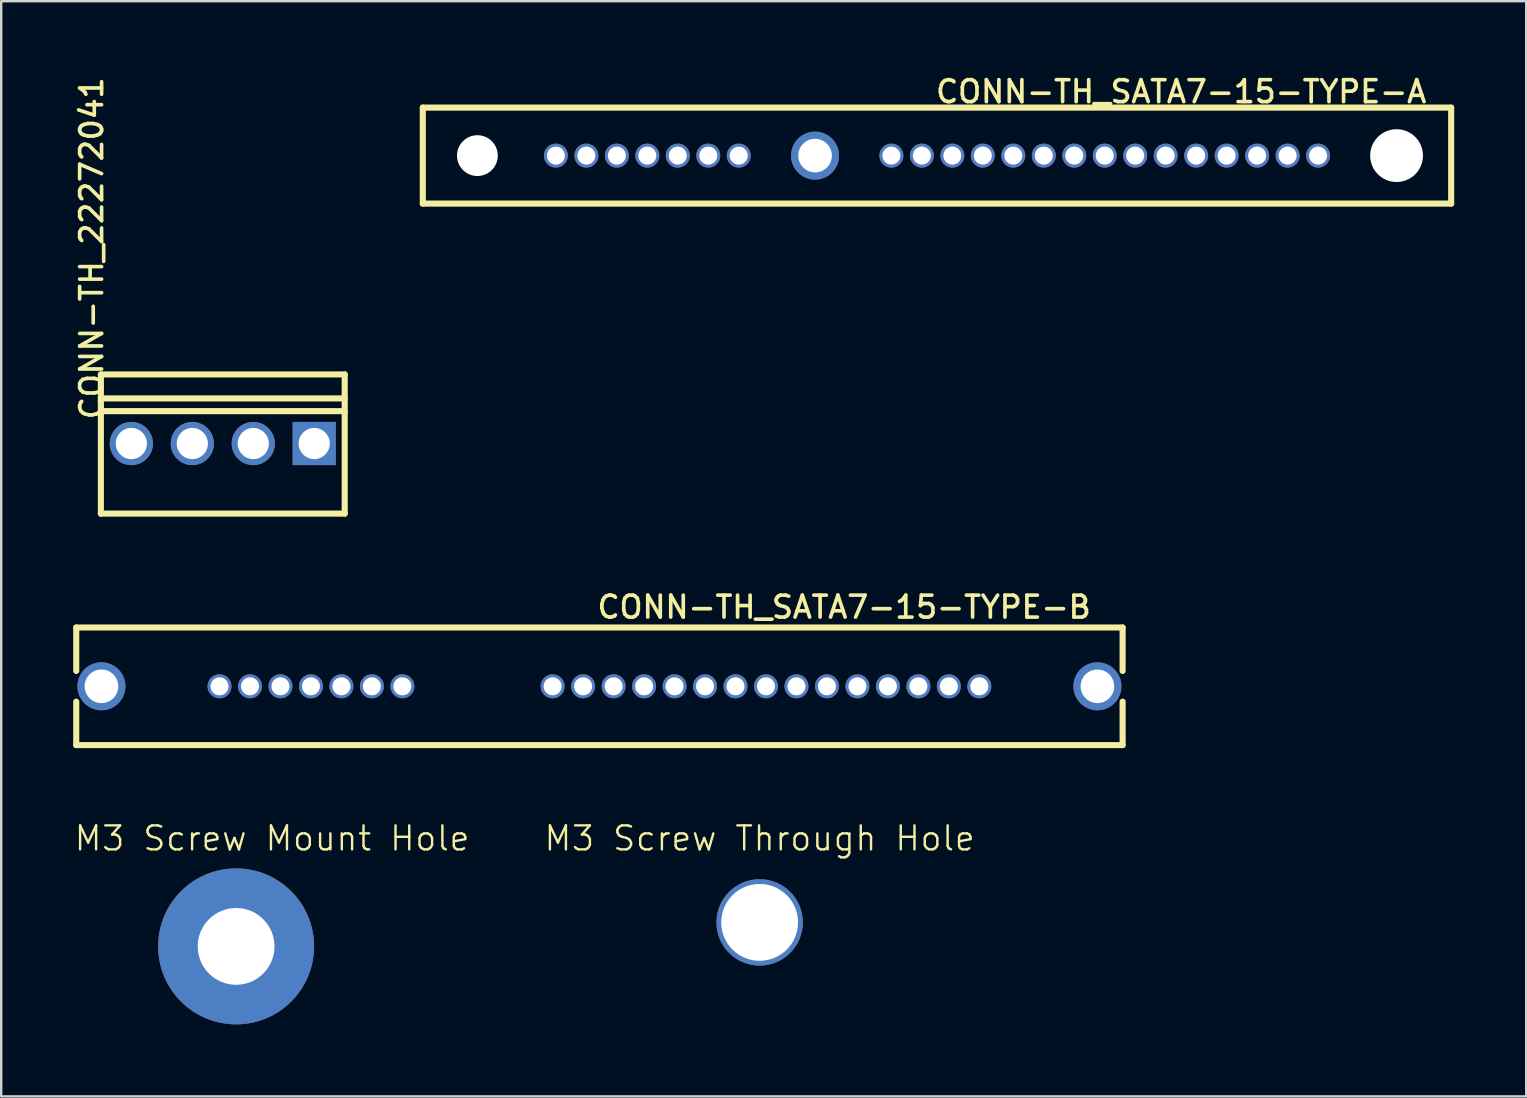
<source format=kicad_pcb>
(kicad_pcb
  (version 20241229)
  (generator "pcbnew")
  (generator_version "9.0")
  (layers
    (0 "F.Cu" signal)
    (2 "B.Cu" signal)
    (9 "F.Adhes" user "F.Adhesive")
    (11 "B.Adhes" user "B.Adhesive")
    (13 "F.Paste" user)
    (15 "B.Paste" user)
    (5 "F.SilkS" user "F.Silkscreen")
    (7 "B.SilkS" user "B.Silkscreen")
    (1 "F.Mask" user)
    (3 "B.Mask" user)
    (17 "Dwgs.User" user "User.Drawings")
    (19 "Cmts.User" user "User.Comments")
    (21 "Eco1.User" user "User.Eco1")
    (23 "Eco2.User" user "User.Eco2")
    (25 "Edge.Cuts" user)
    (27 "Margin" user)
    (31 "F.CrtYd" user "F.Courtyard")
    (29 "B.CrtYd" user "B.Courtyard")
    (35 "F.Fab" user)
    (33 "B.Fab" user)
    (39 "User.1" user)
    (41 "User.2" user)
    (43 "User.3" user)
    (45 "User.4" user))
  (footprint "CONN-TH_22272041"
    (layer "F.Cu")
    (at 6.233 15.431)
    (property "Reference" "CONN-TH_22272041" (at -6 -0.918 270) (layer "F.SilkS") (effects (font (size 0.914 0.914) (thickness 0.152)) (justify left top)))
    (fp_line (start -5.08 -2.88) (end -5.08 2.92) (stroke (width 0.254) (type default)) (layer "F.SilkS"))
    (fp_line (start 5.08 -2.88) (end -5.08 -2.88) (stroke (width 0.254) (type default)) (layer "F.SilkS"))
    (fp_line (start 5.08 -1.88) (end -5.08 -1.88) (stroke (width 0.254) (type default)) (layer "F.SilkS"))
    (fp_line (start 5.08 -1.35) (end -5.08 -1.35) (stroke (width 0.254) (type default)) (layer "F.SilkS"))
    (fp_line (start 5.08 2.92) (end -5.08 2.92) (stroke (width 0.254) (type default)) (layer "F.SilkS"))
    (fp_line (start 5.08 2.92) (end 5.08 -2.88) (stroke (width 0.254) (type default)) (layer "F.SilkS"))
    (fp_circle (center 5.08 -2.88) (end 5.08 -2.85) (stroke (width 0.06) (type default)) (fill no) (layer "User.5"))
    (pad "1" thru_hole rect (at 3.81 0) (size 1.8 1.8) (drill 1.3) (layers "*.Cu" "*.Mask"))
    (pad "2" thru_hole oval (at 1.27 0) (size 1.8 1.8) (drill 1.3) (layers "*.Cu" "*.Mask"))
    (pad "3" thru_hole oval (at -1.27 0) (size 1.8 1.8) (drill 1.3) (layers "*.Cu" "*.Mask"))
    (pad "4" thru_hole oval (at -3.81 0) (size 1.8 1.8) (drill 1.3) (layers "*.Cu" "*.Mask"))
    (zone (net_name "") (layer "F.SilkS") (hatch edge 0.5) (priority 100) (connect_pads yes) (min_thickness 0) (filled_areas_thickness no) (fill yes) (polygon (pts (xy 9.533 17.531) (xy 10.533 17.531) (xy 10.033 16.531))) (filled_polygon (layer "F.SilkS") (island) (pts (xy 9.533 17.531) (xy 10.533 17.531) (xy 10.033 16.531))))
    (zone (net_name "") (layer "Dwgs.User") (hatch edge 0.5) (priority 100) (connect_pads yes) (min_thickness 0) (filled_areas_thickness no) (fill yes) (polygon (pts (xy 1.133 12.531) (xy 1.133 14.131) (xy 11.333 14.131) (xy 11.333 12.531))) (filled_polygon (layer "Dwgs.User") (island) (pts (xy 1.133 12.531) (xy 1.133 14.131) (xy 11.333 14.131) (xy 11.333 12.531))))
    (zone (net_name "") (layer "User.3") (hatch edge 0.5) (priority 100) (connect_pads yes) (min_thickness 0) (filled_areas_thickness no) (fill yes) (polygon (pts (xy 1.153 18.351) (xy 1.153 12.551) (xy 11.313 12.551) (xy 11.313 18.351))) (filled_polygon (layer "User.3") (island) (pts (xy 1.153 18.351) (xy 1.153 12.551) (xy 11.313 12.551) (xy 11.313 18.351))))
    (zone (net_name "") (layer "User.4") (hatch edge 0.5) (priority 100) (connect_pads yes) (min_thickness 0) (filled_areas_thickness no) (fill yes) (polygon (pts (xy 2.103 15.111) (xy 2.743 15.111) (xy 2.743 15.751) (xy 2.103 15.751))) (filled_polygon (layer "User.4") (island) (pts (xy 2.103 15.111) (xy 2.743 15.111) (xy 2.743 15.751) (xy 2.103 15.751))))
    (zone (net_name "") (layer "User.4") (hatch edge 0.5) (priority 100) (connect_pads yes) (min_thickness 0) (filled_areas_thickness no) (fill yes) (polygon (pts (xy 4.643 15.111) (xy 5.283 15.111) (xy 5.283 15.751) (xy 4.643 15.751))) (filled_polygon (layer "User.4") (island) (pts (xy 4.643 15.111) (xy 5.283 15.111) (xy 5.283 15.751) (xy 4.643 15.751))))
    (zone (net_name "") (layer "User.4") (hatch edge 0.5) (priority 100) (connect_pads yes) (min_thickness 0) (filled_areas_thickness no) (fill yes) (polygon (pts (xy 7.183 15.111) (xy 7.823 15.111) (xy 7.823 15.751) (xy 7.183 15.751))) (filled_polygon (layer "User.4") (island) (pts (xy 7.183 15.111) (xy 7.823 15.111) (xy 7.823 15.751) (xy 7.183 15.751))))
    (zone (net_name "") (layer "User.4") (hatch edge 0.5) (priority 100) (connect_pads yes) (min_thickness 0) (filled_areas_thickness no) (fill yes) (polygon (pts (xy 9.723 15.111) (xy 10.363 15.111) (xy 10.363 15.751) (xy 9.723 15.751))) (filled_polygon (layer "User.4") (island) (pts (xy 9.723 15.111) (xy 10.363 15.111) (xy 10.363 15.751) (xy 9.723 15.751)))))
  (footprint "CONN-TH_SATA7-15-TYPE-A"
    (layer "F.Cu")
    (at 35.992 3.434)
    (property "Reference" "CONN-TH_SATA7-15-TYPE-A" (at -0.132 -3.2 0) (layer "F.SilkS") (effects (font (size 0.914 0.914) (thickness 0.152)) (justify left top)))
    (fp_line (start -21.425 -2) (end 21.425 -2) (stroke (width 0.254) (type default)) (layer "F.SilkS"))
    (fp_line (start -21.425 2) (end -21.425 -2) (stroke (width 0.254) (type default)) (layer "F.SilkS"))
    (fp_line (start 21.425 -2) (end 21.425 2) (stroke (width 0.254) (type default)) (layer "F.SilkS"))
    (fp_line (start 21.425 2) (end -21.425 2) (stroke (width 0.254) (type default)) (layer "F.SilkS"))
    (pad "" np_thru_hole circle (at -19.15 0 270) (size 1.7 1.7) (drill 1.7) (layers "*.Cu" "*.Mask"))
    (pad "" np_thru_hole circle (at 19.15 0 270) (size 2.2 2.2) (drill 2.2) (layers "*.Cu" "*.Mask"))
    (pad "1" thru_hole oval (at -15.88 0) (size 1 1) (drill 0.75) (layers "*.Cu" "*.Mask"))
    (pad "2" thru_hole oval (at -14.61 0) (size 1 1) (drill 0.75) (layers "*.Cu" "*.Mask"))
    (pad "3" thru_hole oval (at -13.34 0) (size 1 1) (drill 0.75) (layers "*.Cu" "*.Mask"))
    (pad "4" thru_hole oval (at -12.07 0) (size 1 1) (drill 0.75) (layers "*.Cu" "*.Mask"))
    (pad "5" thru_hole oval (at -10.8 0) (size 1 1) (drill 0.75) (layers "*.Cu" "*.Mask"))
    (pad "6" thru_hole oval (at -9.53 0) (size 1 1) (drill 0.75) (layers "*.Cu" "*.Mask"))
    (pad "7" thru_hole oval (at -8.26 0) (size 1 1) (drill 0.75) (layers "*.Cu" "*.Mask"))
    (pad "8" thru_hole oval (at -1.9 0) (size 1 1) (drill 0.75) (layers "*.Cu" "*.Mask"))
    (pad "9" thru_hole oval (at -0.63 0) (size 1 1) (drill 0.75) (layers "*.Cu" "*.Mask"))
    (pad "10" thru_hole oval (at 0.64 0) (size 1 1) (drill 0.75) (layers "*.Cu" "*.Mask"))
    (pad "11" thru_hole oval (at 1.91 0) (size 1 1) (drill 0.75) (layers "*.Cu" "*.Mask"))
    (pad "12" thru_hole oval (at 3.18 0) (size 1 1) (drill 0.75) (layers "*.Cu" "*.Mask"))
    (pad "13" thru_hole oval (at 4.45 0) (size 1 1) (drill 0.75) (layers "*.Cu" "*.Mask"))
    (pad "14" thru_hole oval (at 5.72 0) (size 1 1) (drill 0.75) (layers "*.Cu" "*.Mask"))
    (pad "15" thru_hole oval (at 6.99 0) (size 1 1) (drill 0.75) (layers "*.Cu" "*.Mask"))
    (pad "16" thru_hole oval (at 8.26 0) (size 1 1) (drill 0.75) (layers "*.Cu" "*.Mask"))
    (pad "17" thru_hole oval (at 9.53 0) (size 1 1) (drill 0.75) (layers "*.Cu" "*.Mask"))
    (pad "18" thru_hole oval (at 10.8 0) (size 1 1) (drill 0.75) (layers "*.Cu" "*.Mask"))
    (pad "19" thru_hole oval (at 12.07 0) (size 1 1) (drill 0.75) (layers "*.Cu" "*.Mask"))
    (pad "20" thru_hole oval (at 13.34 0) (size 1 1) (drill 0.75) (layers "*.Cu" "*.Mask"))
    (pad "21" thru_hole oval (at 14.61 0) (size 1 1) (drill 0.75) (layers "*.Cu" "*.Mask"))
    (pad "22" thru_hole oval (at 15.88 0) (size 1 1) (drill 0.75) (layers "*.Cu" "*.Mask"))
    (pad "23" thru_hole oval (at -5.08 0) (size 2 2) (drill 1.4) (layers "*.Cu" "*.Mask"))
    (zone (net_name "") (layer "User.3") (hatch edge 0.5) (priority 100) (connect_pads yes) (min_thickness 0) (filled_areas_thickness no) (fill yes) (polygon (pts (xy 57.417 5.434) (xy 57.417 1.434) (xy 14.567 1.434) (xy 14.567 5.434))) (filled_polygon (layer "User.3") (island) (pts (xy 57.417 5.434) (xy 57.417 1.434) (xy 14.567 1.434) (xy 14.567 5.434)))))
  (footprint "M3 Screw Through Hole"
    (layer "F.Cu")
    (at 28.602 35.384)
    (property "Reference" "M3 Screw Through Hole" (at 0 -3.5 0) (unlocked yes) (layer "F.SilkS") (effects (font (size 1 1) (thickness 0.1))))
    (attr through_hole)
    (pad "1" thru_hole circle (at 0 0) (size 3.6 3.6) (drill 3.2) (layers "*.Cu" "*.Mask")))
  (footprint "M3 Screw Mount Hole"
    (layer "F.Cu")
    (at 6.788 36.384)
    (property "Reference" "M3 Screw Mount Hole" (at 1.5 -4.5 0) (unlocked yes) (layer "F.SilkS") (effects (font (size 1 1) (thickness 0.1))))
    (attr through_hole)
    (pad "1" thru_hole circle (at 0 0) (size 6.5 6.5) (drill 3.2) (layers "*.Cu" "*.Mask")))
  (footprint "CONN-TH_SATA7-15-TYPE-B"
    (layer "F.Cu")
    (at 21.927 25.547)
    (property "Reference" "CONN-TH_SATA7-15-TYPE-B" (at -0.176 -3.835 0) (layer "F.SilkS") (effects (font (size 0.914 0.914) (thickness 0.152)) (justify left top)))
    (fp_line (start -21.8 -2.45) (end 21.8 -2.45) (stroke (width 0.254) (type default)) (layer "F.SilkS"))
    (fp_line (start -21.8 -0.64) (end -21.8 -2.45) (stroke (width 0.254) (type default)) (layer "F.SilkS"))
    (fp_line (start -21.8 2.45) (end -21.8 0.64) (stroke (width 0.254) (type default)) (layer "F.SilkS"))
    (fp_line (start 21.8 -2.45) (end 21.8 -0.64) (stroke (width 0.254) (type default)) (layer "F.SilkS"))
    (fp_line (start 21.8 0.64) (end 21.8 2.45) (stroke (width 0.254) (type default)) (layer "F.SilkS"))
    (fp_line (start 21.8 2.45) (end -21.8 2.45) (stroke (width 0.254) (type default)) (layer "F.SilkS"))
    (pad "1" thru_hole oval (at -15.83 0 180) (size 1 1) (drill 0.75) (layers "*.Cu" "*.Mask"))
    (pad "2" thru_hole oval (at -14.56 0 180) (size 1 1) (drill 0.75) (layers "*.Cu" "*.Mask"))
    (pad "3" thru_hole oval (at -13.29 0 180) (size 1 1) (drill 0.75) (layers "*.Cu" "*.Mask"))
    (pad "4" thru_hole oval (at -12.02 0 180) (size 1 1) (drill 0.75) (layers "*.Cu" "*.Mask"))
    (pad "5" thru_hole oval (at -10.75 0 180) (size 1 1) (drill 0.75) (layers "*.Cu" "*.Mask"))
    (pad "6" thru_hole oval (at -9.48 0 180) (size 1 1) (drill 0.75) (layers "*.Cu" "*.Mask"))
    (pad "7" thru_hole oval (at -8.21 0 180) (size 1 1) (drill 0.75) (layers "*.Cu" "*.Mask"))
    (pad "8" thru_hole oval (at -1.95 0 180) (size 1 1) (drill 0.75) (layers "*.Cu" "*.Mask"))
    (pad "9" thru_hole oval (at -0.68 0 180) (size 1 1) (drill 0.75) (layers "*.Cu" "*.Mask"))
    (pad "10" thru_hole oval (at 0.59 0 180) (size 1 1) (drill 0.75) (layers "*.Cu" "*.Mask"))
    (pad "11" thru_hole oval (at 1.86 0 180) (size 1 1) (drill 0.75) (layers "*.Cu" "*.Mask"))
    (pad "12" thru_hole oval (at 3.13 0 180) (size 1 1) (drill 0.75) (layers "*.Cu" "*.Mask"))
    (pad "13" thru_hole oval (at 4.4 0 180) (size 1 1) (drill 0.75) (layers "*.Cu" "*.Mask"))
    (pad "14" thru_hole oval (at 5.67 0 180) (size 1 1) (drill 0.75) (layers "*.Cu" "*.Mask"))
    (pad "15" thru_hole oval (at 6.94 0 180) (size 1 1) (drill 0.75) (layers "*.Cu" "*.Mask"))
    (pad "16" thru_hole oval (at 8.21 0 180) (size 1 1) (drill 0.75) (layers "*.Cu" "*.Mask"))
    (pad "17" thru_hole oval (at 9.48 0 180) (size 1 1) (drill 0.75) (layers "*.Cu" "*.Mask"))
    (pad "18" thru_hole oval (at 10.75 0 180) (size 1 1) (drill 0.75) (layers "*.Cu" "*.Mask"))
    (pad "19" thru_hole oval (at 12.02 0 180) (size 1 1) (drill 0.75) (layers "*.Cu" "*.Mask"))
    (pad "20" thru_hole oval (at 13.29 0 180) (size 1 1) (drill 0.75) (layers "*.Cu" "*.Mask"))
    (pad "21" thru_hole oval (at 14.56 0 180) (size 1 1) (drill 0.75) (layers "*.Cu" "*.Mask"))
    (pad "22" thru_hole oval (at 15.83 0 180) (size 1 1) (drill 0.75) (layers "*.Cu" "*.Mask"))
    (pad "23" thru_hole oval (at -20.75 0 180) (size 2 2) (drill 1.4) (layers "*.Cu" "*.Mask"))
    (pad "24" thru_hole oval (at 20.75 0 180) (size 2 2) (drill 1.4) (layers "*.Cu" "*.Mask"))
    (zone (net_name "") (layer "User.3") (hatch edge 0.5) (priority 100) (connect_pads yes) (min_thickness 0) (filled_areas_thickness no) (fill yes) (polygon (pts (xy 0.127 23.097) (xy 0.127 27.997) (xy 43.727 27.997) (xy 43.727 23.097))) (filled_polygon (layer "User.3") (island) (pts (xy 0.127 23.097) (xy 0.127 27.997) (xy 43.727 27.997) (xy 43.727 23.097)))))
  (gr_rect
    (start -3 -3)
    (end 60.544 42.634)
    (stroke (width 0.1) (type default))
    (fill no)
    (layer "Edge.Cuts")))
</source>
